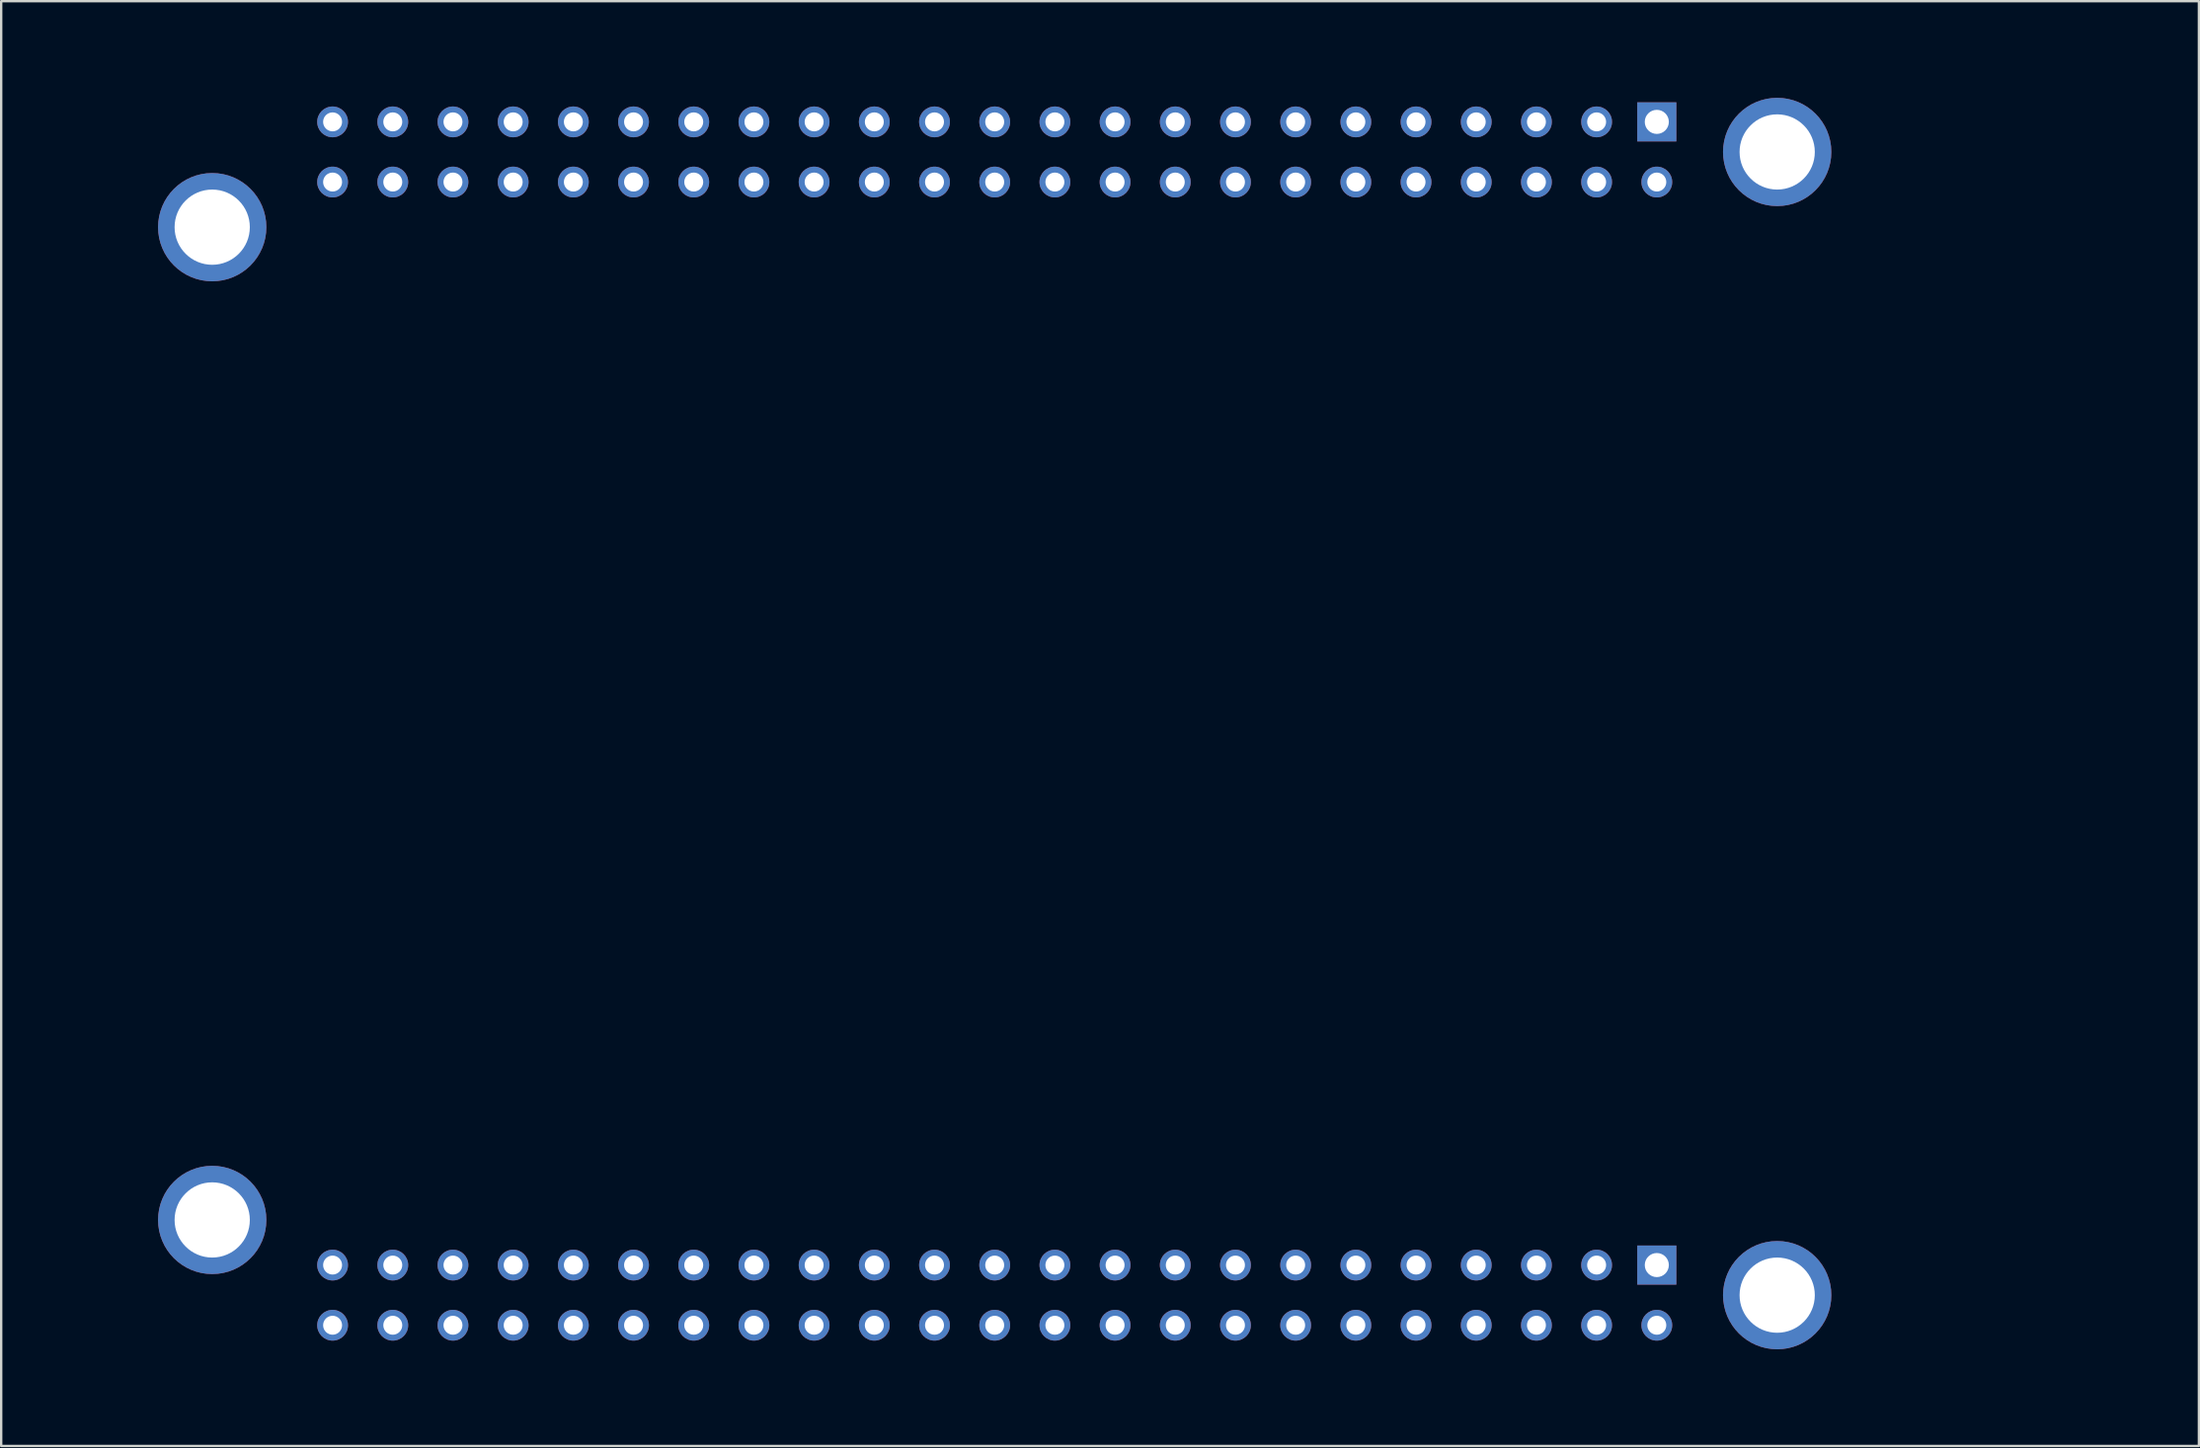
<source format=kicad_pcb>
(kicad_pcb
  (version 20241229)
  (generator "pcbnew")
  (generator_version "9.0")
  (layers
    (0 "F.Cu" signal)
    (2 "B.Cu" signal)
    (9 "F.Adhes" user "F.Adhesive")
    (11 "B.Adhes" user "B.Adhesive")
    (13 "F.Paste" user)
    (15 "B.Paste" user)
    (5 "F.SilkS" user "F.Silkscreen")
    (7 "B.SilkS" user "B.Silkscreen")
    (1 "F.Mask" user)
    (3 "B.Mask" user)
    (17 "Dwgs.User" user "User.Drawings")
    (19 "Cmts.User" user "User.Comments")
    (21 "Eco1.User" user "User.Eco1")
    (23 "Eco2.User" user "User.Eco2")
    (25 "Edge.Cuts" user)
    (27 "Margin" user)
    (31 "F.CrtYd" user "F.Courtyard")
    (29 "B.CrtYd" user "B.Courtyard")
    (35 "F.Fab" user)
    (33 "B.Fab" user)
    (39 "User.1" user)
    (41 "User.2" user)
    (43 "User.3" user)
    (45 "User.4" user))
  (footprint "BEAGLEBONE_shape_only"
    (layer "F.Cu")
    (at 43.37 27.495)
    (property "Reference" "BEAGLEBONE_shape_only" (at 0 1.778 0) (layer "Eco1.User") (effects (font (size 1.524 1.524) (thickness 0.305))))
    (attr through_hole)
    (fp_line (start -43.18 -14.605) (end -43.18 14.605) (stroke (width 0.381) (type solid)) (layer "Eco1.User"))
    (fp_line (start -30.48 -27.305) (end 36.83 -27.305) (stroke (width 0.381) (type solid)) (layer "Eco1.User"))
    (fp_line (start -30.48 27.305) (end 36.195 27.305) (stroke (width 0.381) (type solid)) (layer "Eco1.User"))
    (fp_line (start 22.733 -6.731) (end 22.733 11.811) (stroke (width 0.381) (type solid)) (layer "Eco1.User"))
    (fp_line (start 36.195 11.811) (end 22.733 11.811) (stroke (width 0.381) (type solid)) (layer "Eco1.User"))
    (fp_line (start 36.195 27.305) (end 36.195 11.811) (stroke (width 0.381) (type solid)) (layer "Eco1.User"))
    (fp_line (start 43.18 -20.955) (end 43.18 -19.685) (stroke (width 0.381) (type solid)) (layer "Eco1.User"))
    (fp_line (start 43.18 -6.731) (end 22.733 -6.731) (stroke (width 0.381) (type solid)) (layer "Eco1.User"))
    (fp_line (start 43.18 -6.731) (end 43.18 -19.685) (stroke (width 0.381) (type solid)) (layer "Eco1.User"))
    (fp_arc (start -43.18 -14.605) (mid -39.460256 -23.585256) (end -30.48 -27.305) (stroke (width 0.381) (type solid)) (layer "Eco1.User"))
    (fp_arc (start -30.48 27.305) (mid -39.460256 23.585256) (end -43.18 14.605) (stroke (width 0.381) (type solid)) (layer "Eco1.User"))
    (fp_arc (start 36.83 -27.305) (mid 41.320128 -25.445128) (end 43.18 -20.955) (stroke (width 0.381) (type solid)) (layer "Eco1.User"))
    (fp_text user "P9" (at 22.123 -17.551 270) (layer "Eco1.User") (effects (font (size 2 2) (thickness 0.3))))
    (fp_text user "P8" (at 22.377 18.212 270) (layer "Eco1.User") (effects (font (size 2 2) (thickness 0.3))))
    (pad "" thru_hole circle (at -37.465 -20.955) (size 4.572 4.572) (drill 3.175) (layers "Eco1.User"))
    (pad "" thru_hole circle (at -37.465 20.955) (size 4.572 4.572) (drill 3.175) (layers "Eco1.User"))
    (pad "" thru_hole circle (at -32.385 -25.4) (size 1.3 1.3) (drill 0.8) (layers "Eco1.User"))
    (pad "" thru_hole circle (at -32.385 -22.86) (size 1.3 1.3) (drill 0.8) (layers "Eco1.User"))
    (pad "" thru_hole circle (at -32.385 22.86) (size 1.3 1.3) (drill 0.8) (layers "Eco1.User"))
    (pad "" thru_hole circle (at -32.385 25.4) (size 1.3 1.3) (drill 0.8) (layers "Eco1.User"))
    (pad "" thru_hole circle (at -29.845 -25.4) (size 1.3 1.3) (drill 0.8) (layers "Eco1.User"))
    (pad "" thru_hole circle (at -29.845 -22.86) (size 1.3 1.3) (drill 0.8) (layers "Eco1.User"))
    (pad "" thru_hole circle (at -29.845 22.86) (size 1.3 1.3) (drill 0.8) (layers "Eco1.User"))
    (pad "" thru_hole circle (at -29.845 25.4) (size 1.3 1.3) (drill 0.8) (layers "Eco1.User"))
    (pad "" thru_hole circle (at -27.305 -25.4) (size 1.3 1.3) (drill 0.8) (layers "Eco1.User"))
    (pad "" thru_hole circle (at -27.305 -22.86) (size 1.3 1.3) (drill 0.8) (layers "Eco1.User"))
    (pad "" thru_hole circle (at -27.305 22.86) (size 1.3 1.3) (drill 0.8) (layers "Eco1.User"))
    (pad "" thru_hole circle (at -27.305 25.4) (size 1.3 1.3) (drill 0.8) (layers "Eco1.User"))
    (pad "" thru_hole circle (at -24.765 -25.4) (size 1.3 1.3) (drill 0.8) (layers "Eco1.User"))
    (pad "" thru_hole circle (at -24.765 -22.86) (size 1.3 1.3) (drill 0.8) (layers "Eco1.User"))
    (pad "" thru_hole circle (at -24.765 22.86) (size 1.3 1.3) (drill 0.8) (layers "Eco1.User"))
    (pad "" thru_hole circle (at -24.765 25.4) (size 1.3 1.3) (drill 0.8) (layers "Eco1.User"))
    (pad "" thru_hole circle (at -22.225 -25.4) (size 1.3 1.3) (drill 0.8) (layers "Eco1.User"))
    (pad "" thru_hole circle (at -22.225 -22.86) (size 1.3 1.3) (drill 0.8) (layers "Eco1.User"))
    (pad "" thru_hole circle (at -22.225 22.86) (size 1.3 1.3) (drill 0.8) (layers "Eco1.User"))
    (pad "" thru_hole circle (at -22.225 25.4) (size 1.3 1.3) (drill 0.8) (layers "Eco1.User"))
    (pad "" thru_hole circle (at -19.685 -25.4) (size 1.3 1.3) (drill 0.8) (layers "Eco1.User"))
    (pad "" thru_hole circle (at -19.685 -22.86) (size 1.3 1.3) (drill 0.8) (layers "Eco1.User"))
    (pad "" thru_hole circle (at -19.685 22.86) (size 1.3 1.3) (drill 0.8) (layers "Eco1.User"))
    (pad "" thru_hole circle (at -19.685 25.4) (size 1.3 1.3) (drill 0.8) (layers "Eco1.User"))
    (pad "" thru_hole circle (at -17.145 -25.4) (size 1.3 1.3) (drill 0.8) (layers "Eco1.User"))
    (pad "" thru_hole circle (at -17.145 -22.86) (size 1.3 1.3) (drill 0.8) (layers "Eco1.User"))
    (pad "" thru_hole circle (at -17.145 22.86) (size 1.3 1.3) (drill 0.8) (layers "Eco1.User"))
    (pad "" thru_hole circle (at -17.145 25.4) (size 1.3 1.3) (drill 0.8) (layers "Eco1.User"))
    (pad "" thru_hole circle (at -14.605 -25.4) (size 1.3 1.3) (drill 0.8) (layers "Eco1.User"))
    (pad "" thru_hole circle (at -14.605 -22.86) (size 1.3 1.3) (drill 0.8) (layers "Eco1.User"))
    (pad "" thru_hole circle (at -14.605 22.86) (size 1.3 1.3) (drill 0.8) (layers "Eco1.User"))
    (pad "" thru_hole circle (at -14.605 25.4) (size 1.3 1.3) (drill 0.8) (layers "Eco1.User"))
    (pad "" thru_hole circle (at -12.065 -25.4) (size 1.3 1.3) (drill 0.8) (layers "Eco1.User"))
    (pad "" thru_hole circle (at -12.065 -22.86) (size 1.3 1.3) (drill 0.8) (layers "Eco1.User"))
    (pad "" thru_hole circle (at -12.065 22.86) (size 1.3 1.3) (drill 0.8) (layers "Eco1.User"))
    (pad "" thru_hole circle (at -12.065 25.4) (size 1.3 1.3) (drill 0.8) (layers "Eco1.User"))
    (pad "" thru_hole circle (at -9.525 -25.4) (size 1.3 1.3) (drill 0.8) (layers "Eco1.User"))
    (pad "" thru_hole circle (at -9.525 -22.86) (size 1.3 1.3) (drill 0.8) (layers "Eco1.User"))
    (pad "" thru_hole circle (at -9.525 22.86) (size 1.3 1.3) (drill 0.8) (layers "Eco1.User"))
    (pad "" thru_hole circle (at -9.525 25.4) (size 1.3 1.3) (drill 0.8) (layers "Eco1.User"))
    (pad "" thru_hole circle (at -6.985 -25.4) (size 1.3 1.3) (drill 0.8) (layers "Eco1.User"))
    (pad "" thru_hole circle (at -6.985 -22.86) (size 1.3 1.3) (drill 0.8) (layers "Eco1.User"))
    (pad "" thru_hole circle (at -6.985 22.86) (size 1.3 1.3) (drill 0.8) (layers "Eco1.User"))
    (pad "" thru_hole circle (at -6.985 25.4) (size 1.3 1.3) (drill 0.8) (layers "Eco1.User"))
    (pad "" thru_hole circle (at -4.445 -25.4) (size 1.3 1.3) (drill 0.8) (layers "Eco1.User"))
    (pad "" thru_hole circle (at -4.445 -22.86) (size 1.3 1.3) (drill 0.8) (layers "Eco1.User"))
    (pad "" thru_hole circle (at -4.445 22.86) (size 1.3 1.3) (drill 0.8) (layers "Eco1.User"))
    (pad "" thru_hole circle (at -4.445 25.4) (size 1.3 1.3) (drill 0.8) (layers "Eco1.User"))
    (pad "" thru_hole circle (at -1.905 -25.4) (size 1.3 1.3) (drill 0.8) (layers "Eco1.User"))
    (pad "" thru_hole circle (at -1.905 -22.86) (size 1.3 1.3) (drill 0.8) (layers "Eco1.User"))
    (pad "" thru_hole circle (at -1.905 22.86) (size 1.3 1.3) (drill 0.8) (layers "Eco1.User"))
    (pad "" thru_hole circle (at -1.905 25.4) (size 1.3 1.3) (drill 0.8) (layers "Eco1.User"))
    (pad "" thru_hole circle (at 0.635 -25.4) (size 1.3 1.3) (drill 0.8) (layers "Eco1.User"))
    (pad "" thru_hole circle (at 0.635 -22.86) (size 1.3 1.3) (drill 0.8) (layers "Eco1.User"))
    (pad "" thru_hole circle (at 0.635 22.86) (size 1.3 1.3) (drill 0.8) (layers "Eco1.User"))
    (pad "" thru_hole circle (at 0.635 25.4) (size 1.3 1.3) (drill 0.8) (layers "Eco1.User"))
    (pad "" thru_hole circle (at 3.175 -25.4) (size 1.3 1.3) (drill 0.8) (layers "Eco1.User"))
    (pad "" thru_hole circle (at 3.175 -22.86) (size 1.3 1.3) (drill 0.8) (layers "Eco1.User"))
    (pad "" thru_hole circle (at 3.175 22.86) (size 1.3 1.3) (drill 0.8) (layers "Eco1.User"))
    (pad "" thru_hole circle (at 3.175 25.4) (size 1.3 1.3) (drill 0.8) (layers "Eco1.User"))
    (pad "" thru_hole circle (at 5.715 -25.4) (size 1.3 1.3) (drill 0.8) (layers "Eco1.User"))
    (pad "" thru_hole circle (at 5.715 -22.86) (size 1.3 1.3) (drill 0.8) (layers "Eco1.User"))
    (pad "" thru_hole circle (at 5.715 22.86) (size 1.3 1.3) (drill 0.8) (layers "Eco1.User"))
    (pad "" thru_hole circle (at 5.715 25.4) (size 1.3 1.3) (drill 0.8) (layers "Eco1.User"))
    (pad "" thru_hole circle (at 8.255 -25.4) (size 1.3 1.3) (drill 0.8) (layers "Eco1.User"))
    (pad "" thru_hole circle (at 8.255 -22.86) (size 1.3 1.3) (drill 0.8) (layers "Eco1.User"))
    (pad "" thru_hole circle (at 8.255 22.86) (size 1.3 1.3) (drill 0.8) (layers "Eco1.User"))
    (pad "" thru_hole circle (at 8.255 25.4) (size 1.3 1.3) (drill 0.8) (layers "Eco1.User"))
    (pad "" thru_hole circle (at 10.795 -25.4) (size 1.3 1.3) (drill 0.8) (layers "Eco1.User"))
    (pad "" thru_hole circle (at 10.795 -22.86) (size 1.3 1.3) (drill 0.8) (layers "Eco1.User"))
    (pad "" thru_hole circle (at 10.795 22.86) (size 1.3 1.3) (drill 0.8) (layers "Eco1.User"))
    (pad "" thru_hole circle (at 10.795 25.4) (size 1.3 1.3) (drill 0.8) (layers "Eco1.User"))
    (pad "" thru_hole circle (at 13.335 -25.4) (size 1.3 1.3) (drill 0.8) (layers "Eco1.User"))
    (pad "" thru_hole circle (at 13.335 -22.86) (size 1.3 1.3) (drill 0.8) (layers "Eco1.User"))
    (pad "" thru_hole circle (at 13.335 22.86) (size 1.3 1.3) (drill 0.8) (layers "Eco1.User"))
    (pad "" thru_hole circle (at 13.335 25.4) (size 1.3 1.3) (drill 0.8) (layers "Eco1.User"))
    (pad "" thru_hole circle (at 15.875 -25.4) (size 1.3 1.3) (drill 0.8) (layers "Eco1.User"))
    (pad "" thru_hole circle (at 15.875 -22.86) (size 1.3 1.3) (drill 0.8) (layers "Eco1.User"))
    (pad "" thru_hole circle (at 15.875 22.86) (size 1.3 1.3) (drill 0.8) (layers "Eco1.User"))
    (pad "" thru_hole circle (at 15.875 25.4) (size 1.3 1.3) (drill 0.8) (layers "Eco1.User"))
    (pad "" thru_hole circle (at 18.415 -25.4) (size 1.3 1.3) (drill 0.8) (layers "Eco1.User"))
    (pad "" thru_hole circle (at 18.415 -22.86) (size 1.3 1.3) (drill 0.8) (layers "Eco1.User"))
    (pad "" thru_hole circle (at 18.415 22.86) (size 1.3 1.3) (drill 0.8) (layers "Eco1.User"))
    (pad "" thru_hole circle (at 18.415 25.4) (size 1.3 1.3) (drill 0.8) (layers "Eco1.User"))
    (pad "" thru_hole circle (at 20.955 -25.4) (size 1.3 1.3) (drill 0.8) (layers "Eco1.User"))
    (pad "" thru_hole circle (at 20.955 -22.86) (size 1.3 1.3) (drill 0.8) (layers "Eco1.User"))
    (pad "" thru_hole circle (at 20.955 22.86) (size 1.3 1.3) (drill 0.8) (layers "Eco1.User"))
    (pad "" thru_hole circle (at 20.955 25.4) (size 1.3 1.3) (drill 0.8) (layers "Eco1.User"))
    (pad "" thru_hole rect (at 23.495 -25.4) (size 1.651 1.651) (drill 1.016) (layers "Eco1.User"))
    (pad "" thru_hole circle (at 23.495 -22.86) (size 1.3 1.3) (drill 0.8) (layers "Eco1.User"))
    (pad "" thru_hole rect (at 23.495 22.86) (size 1.651 1.651) (drill 1.016) (layers "Eco1.User"))
    (pad "" thru_hole circle (at 23.495 25.4) (size 1.3 1.3) (drill 0.8) (layers "Eco1.User"))
    (pad "" smd circle (at 26.035 -10.795) (size 1.3 1.3) (layers "Eco1.User"))
    (pad "" smd circle (at 26.035 -8.255) (size 1.3 1.3) (layers "Eco1.User"))
    (pad "" thru_hole circle (at 28.575 -24.13) (size 4.572 4.572) (drill 3.175) (layers "Eco1.User"))
    (pad "" smd circle (at 28.575 -10.795) (size 1.3 1.3) (layers "Eco1.User"))
    (pad "" smd circle (at 28.575 -8.255) (size 1.3 1.3) (layers "Eco1.User"))
    (pad "" thru_hole circle (at 28.575 24.13) (size 4.572 4.572) (drill 3.175) (layers "Eco1.User"))
    (pad "" smd circle (at 31.115 -10.795) (size 1.3 1.3) (layers "Eco1.User"))
    (pad "" smd circle (at 31.115 -8.255) (size 1.3 1.3) (layers "Eco1.User"))
    (pad "" smd circle (at 33.655 -10.795) (size 1.3 1.3) (layers "Eco1.User"))
    (pad "" smd circle (at 33.655 -8.255) (size 1.3 1.3) (layers "Eco1.User"))
    (pad "" smd rect (at 36.195 -10.795) (size 1.651 1.651) (layers "Eco1.User"))
    (pad "" smd circle (at 36.195 -8.255) (size 1.3 1.3) (layers "Eco1.User")))
  (gr_rect
    (start -3 -3)
    (end 89.741 57.991)
    (stroke (width 0.1) (type default))
    (fill no)
    (layer "Edge.Cuts")))
</source>
